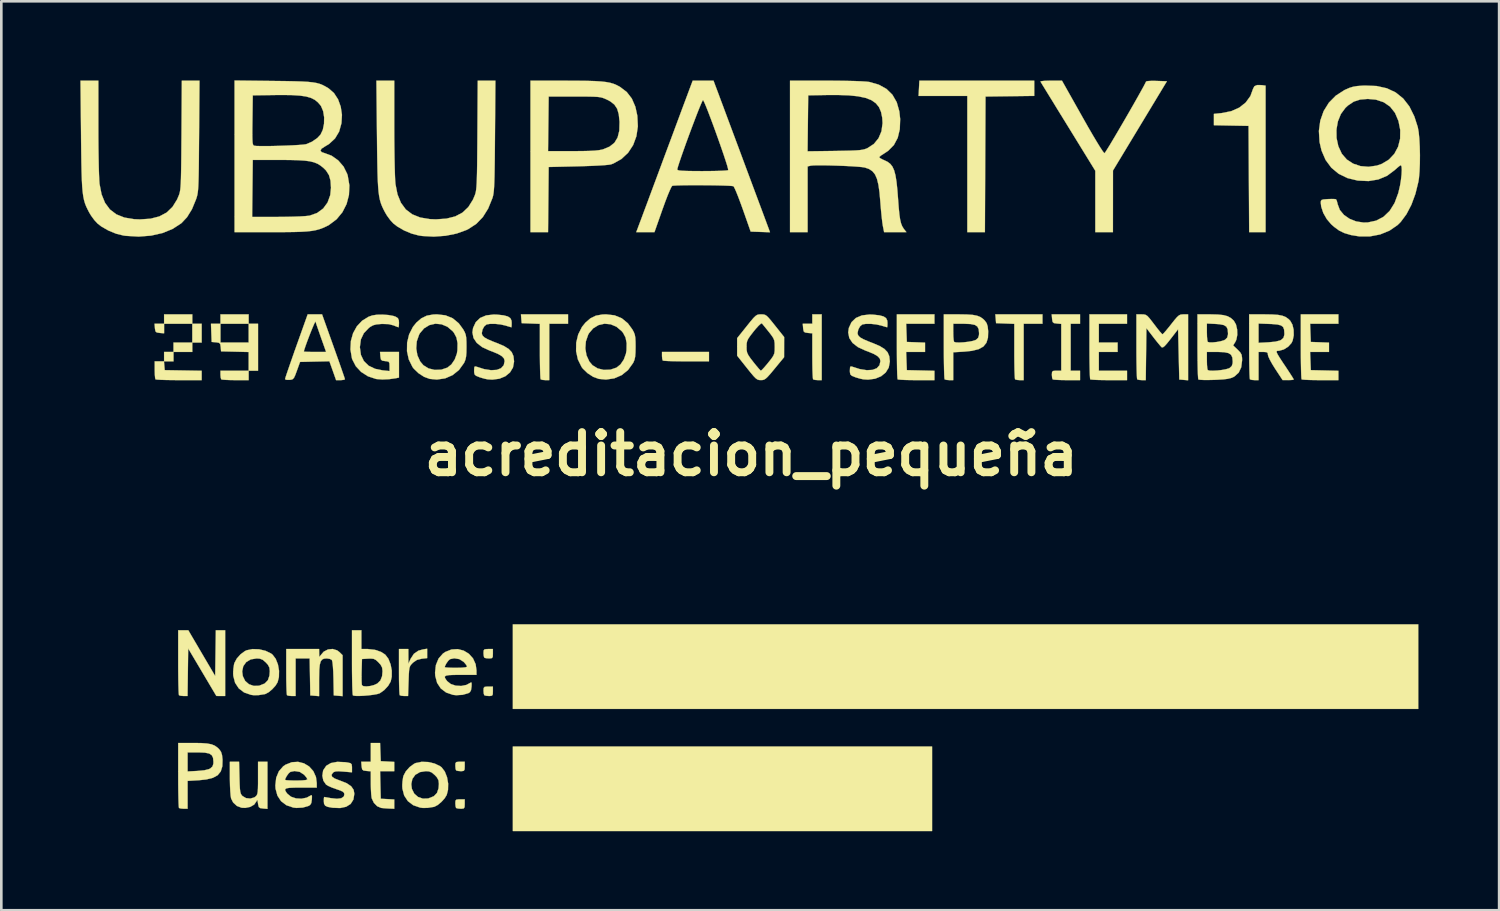
<source format=kicad_pcb>
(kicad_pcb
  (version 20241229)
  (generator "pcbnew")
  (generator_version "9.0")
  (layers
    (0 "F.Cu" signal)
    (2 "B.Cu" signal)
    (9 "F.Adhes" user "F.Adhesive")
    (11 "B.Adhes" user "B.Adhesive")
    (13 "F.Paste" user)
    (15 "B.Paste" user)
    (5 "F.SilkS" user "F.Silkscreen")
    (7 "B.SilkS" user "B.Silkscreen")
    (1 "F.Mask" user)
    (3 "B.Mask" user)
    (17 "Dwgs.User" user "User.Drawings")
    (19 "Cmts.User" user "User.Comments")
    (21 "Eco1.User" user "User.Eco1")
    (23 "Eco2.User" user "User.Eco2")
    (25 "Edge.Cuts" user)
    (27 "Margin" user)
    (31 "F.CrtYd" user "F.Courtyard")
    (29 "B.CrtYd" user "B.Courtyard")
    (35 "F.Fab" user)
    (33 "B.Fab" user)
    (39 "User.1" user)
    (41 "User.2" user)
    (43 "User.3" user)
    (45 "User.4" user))
  (footprint "acreditacion_pequeña"
    (layer "F.Cu")
    (at 25.458 14.182)
    (property "Reference" "acreditacion_pequeña" (at 0 0 0) (layer "F.SilkS") (effects (font (size 1.524 1.524) (thickness 0.3))))
    (attr through_hole)
    (fp_poly (pts (xy -22.281 -5.303) (xy -21.211 -5.303) (xy -21.211 -4.946) (xy -22.281 -4.946) (xy -22.281 -5.303)) (stroke (width 0.01) (type solid)) (fill yes) (layer "F.SilkS"))
    (fp_poly (pts (xy -21.924 -4.233) (xy -21.211 -4.233) (xy -21.211 -3.877) (xy -21.924 -3.877) (xy -21.924 -4.233)) (stroke (width 0.01) (type solid)) (fill yes) (layer "F.SilkS"))
    (fp_poly (pts (xy -21.924 -3.52) (xy -22.281 -3.52) (xy -22.281 -3.877) (xy -21.924 -3.877) (xy -21.924 -3.52)) (stroke (width 0.01) (type solid)) (fill yes) (layer "F.SilkS"))
    (fp_poly (pts (xy -21.211 -4.946) (xy -20.855 -4.946) (xy -20.855 -4.233) (xy -21.211 -4.233) (xy -21.211 -4.946)) (stroke (width 0.01) (type solid)) (fill yes) (layer "F.SilkS"))
    (fp_poly (pts (xy -20.142 -5.303) (xy -19.072 -5.303) (xy -19.072 -4.946) (xy -20.142 -4.946) (xy -20.142 -5.303)) (stroke (width 0.01) (type solid)) (fill yes) (layer "F.SilkS"))
    (fp_poly (pts (xy 6.862 14.304) (xy -9.046 14.304) (xy -9.046 11.096) (xy 6.862 11.096) (xy 6.862 14.304)) (stroke (width 0.01) (type solid)) (fill yes) (layer "F.SilkS"))
    (fp_poly (pts (xy 25.311 9.67) (xy -9.046 9.67) (xy -9.046 6.461) (xy 25.311 6.461) (xy 25.311 9.67)) (stroke (width 0.01) (type solid)) (fill yes) (layer "F.SilkS"))
    (fp_poly (pts (xy -22.281 -4.584) (xy -22.448 -4.598) (xy -22.558 -4.615) (xy -22.608 -4.658) (xy -22.627 -4.756) (xy -22.629 -4.779) (xy -22.643 -4.946) (xy -22.281 -4.946) (xy -22.281 -4.584)) (stroke (width 0.01) (type solid)) (fill yes) (layer "F.SilkS"))
    (fp_poly (pts (xy -19.072 -2.807) (xy -19.577 -2.807) (xy -19.781 -2.81) (xy -19.951 -2.817) (xy -20.068 -2.826) (xy -20.112 -2.837) (xy -20.132 -2.898) (xy -20.142 -3.006) (xy -20.142 -3.015) (xy -20.142 -3.164) (xy -19.072 -3.164) (xy -19.072 -2.807)) (stroke (width 0.01) (type solid)) (fill yes) (layer "F.SilkS"))
    (fp_poly (pts (xy 10.739 -13.593) (xy 9.815 -13.581) (xy 8.89 -13.569) (xy 8.878 -10.996) (xy 8.867 -8.422) (xy 8.199 -8.422) (xy 8.199 -13.591) (xy 7.275 -13.591) (xy 6.35 -13.591) (xy 6.365 -13.881) (xy 6.38 -14.171) (xy 10.739 -14.171) (xy 10.739 -13.593)) (stroke (width 0.01) (type solid)) (fill yes) (layer "F.SilkS"))
    (fp_poly (pts (xy -1.604 -3.52) (xy -2.466 -3.52) (xy -2.734 -3.522) (xy -2.972 -3.526) (xy -3.164 -3.532) (xy -3.297 -3.54) (xy -3.356 -3.549) (xy -3.357 -3.55) (xy -3.377 -3.611) (xy -3.387 -3.719) (xy -3.387 -3.728) (xy -3.387 -3.877) (xy -1.604 -3.877) (xy -1.604 -3.52)) (stroke (width 0.01) (type solid)) (fill yes) (layer "F.SilkS"))
    (fp_poly (pts (xy -10.873 11.853) (xy -10.878 11.967) (xy -10.907 12.018) (xy -10.981 12.031) (xy -11.022 12.032) (xy -11.132 12.023) (xy -11.198 12.004) (xy -11.2 12.002) (xy -11.22 11.941) (xy -11.229 11.832) (xy -11.229 11.824) (xy -11.224 11.728) (xy -11.189 11.686) (xy -11.1 11.675) (xy -11.051 11.675) (xy -10.873 11.675) (xy -10.873 11.853)) (stroke (width 0.01) (type solid)) (fill yes) (layer "F.SilkS"))
    (fp_poly (pts (xy -10.873 13.279) (xy -10.878 13.393) (xy -10.907 13.444) (xy -10.981 13.457) (xy -11.022 13.458) (xy -11.132 13.449) (xy -11.198 13.43) (xy -11.2 13.428) (xy -11.22 13.367) (xy -11.229 13.258) (xy -11.229 13.25) (xy -11.224 13.154) (xy -11.189 13.112) (xy -11.1 13.101) (xy -11.051 13.101) (xy -10.873 13.101) (xy -10.873 13.279)) (stroke (width 0.01) (type solid)) (fill yes) (layer "F.SilkS"))
    (fp_poly (pts (xy -9.804 7.575) (xy -9.808 7.69) (xy -9.837 7.74) (xy -9.912 7.753) (xy -9.952 7.754) (xy -10.062 7.746) (xy -10.128 7.726) (xy -10.13 7.724) (xy -10.151 7.663) (xy -10.16 7.555) (xy -10.16 7.546) (xy -10.154 7.451) (xy -10.119 7.408) (xy -10.03 7.398) (xy -9.982 7.397) (xy -9.804 7.397) (xy -9.804 7.575)) (stroke (width 0.01) (type solid)) (fill yes) (layer "F.SilkS"))
    (fp_poly (pts (xy -9.804 9.001) (xy -9.808 9.116) (xy -9.837 9.166) (xy -9.912 9.179) (xy -9.952 9.18) (xy -10.062 9.171) (xy -10.128 9.152) (xy -10.13 9.15) (xy -10.151 9.089) (xy -10.16 8.981) (xy -10.16 8.972) (xy -10.154 8.877) (xy -10.119 8.834) (xy -10.03 8.823) (xy -9.982 8.823) (xy -9.804 8.823) (xy -9.804 9.001)) (stroke (width 0.01) (type solid)) (fill yes) (layer "F.SilkS"))
    (fp_poly (pts (xy -22.272 -3.353) (xy -22.258 -3.186) (xy -20.855 -3.162) (xy -20.855 -2.807) (xy -21.716 -2.807) (xy -21.985 -2.809) (xy -22.222 -2.813) (xy -22.414 -2.819) (xy -22.547 -2.827) (xy -22.606 -2.836) (xy -22.607 -2.837) (xy -22.622 -2.893) (xy -22.633 -3.014) (xy -22.637 -3.174) (xy -22.637 -3.194) (xy -22.637 -3.52) (xy -22.286 -3.52) (xy -22.272 -3.353)) (stroke (width 0.01) (type solid)) (fill yes) (layer "F.SilkS"))
    (fp_poly (pts (xy -19.072 -3.874) (xy -19.596 -3.887) (xy -20.119 -3.899) (xy -20.133 -4.064) (xy -20.15 -4.173) (xy -20.194 -4.222) (xy -20.295 -4.241) (xy -20.311 -4.242) (xy -20.476 -4.256) (xy -20.489 -4.601) (xy -20.502 -4.946) (xy -20.142 -4.946) (xy -20.142 -4.233) (xy -19.072 -4.233) (xy -19.072 -4.946) (xy -18.716 -4.946) (xy -18.716 -3.164) (xy -19.072 -3.164) (xy -19.072 -3.874)) (stroke (width 0.01) (type solid)) (fill yes) (layer "F.SilkS"))
    (fp_poly (pts (xy 11.051 -4.946) (xy 10.338 -4.946) (xy 10.338 -2.807) (xy 10.19 -2.807) (xy 10.08 -2.816) (xy 10.013 -2.835) (xy 10.011 -2.837) (xy 10.003 -2.888) (xy 9.996 -3.016) (xy 9.989 -3.207) (xy 9.985 -3.448) (xy 9.982 -3.727) (xy 9.982 -3.905) (xy 9.982 -4.943) (xy 9.291 -4.969) (xy 9.277 -5.136) (xy 9.263 -5.303) (xy 11.051 -5.303) (xy 11.051 -4.946)) (stroke (width 0.01) (type solid)) (fill yes) (layer "F.SilkS"))
    (fp_poly (pts (xy 19.368 -14.002) (xy 19.395 -13.999) (xy 19.518 -13.982) (xy 19.518 -8.422) (xy 18.895 -8.422) (xy 18.883 -10.439) (xy 18.872 -12.455) (xy 18.214 -12.467) (xy 17.557 -12.48) (xy 17.557 -12.91) (xy 17.853 -12.941) (xy 18.214 -13.013) (xy 18.519 -13.148) (xy 18.763 -13.341) (xy 18.942 -13.588) (xy 19.044 -13.867) (xy 19.095 -13.961) (xy 19.199 -14.005) (xy 19.368 -14.002)) (stroke (width 0.01) (type solid)) (fill yes) (layer "F.SilkS"))
    (fp_poly (pts (xy -6.952 -4.946) (xy -7.665 -4.946) (xy -7.665 -2.807) (xy -7.813 -2.807) (xy -7.923 -2.816) (xy -7.989 -2.835) (xy -7.991 -2.837) (xy -8 -2.888) (xy -8.007 -3.016) (xy -8.013 -3.207) (xy -8.018 -3.448) (xy -8.021 -3.727) (xy -8.021 -3.905) (xy -8.021 -4.943) (xy -8.366 -4.956) (xy -8.712 -4.969) (xy -8.726 -5.136) (xy -8.739 -5.303) (xy -6.952 -5.303) (xy -6.952 -4.946)) (stroke (width 0.01) (type solid)) (fill yes) (layer "F.SilkS"))
    (fp_poly (pts (xy 2.674 -2.807) (xy 2.525 -2.807) (xy 2.415 -2.816) (xy 2.349 -2.835) (xy 2.347 -2.837) (xy 2.338 -2.889) (xy 2.33 -3.016) (xy 2.323 -3.203) (xy 2.319 -3.437) (xy 2.317 -3.703) (xy 2.317 -3.726) (xy 2.317 -4.584) (xy 2.15 -4.598) (xy 2.04 -4.615) (xy 1.99 -4.658) (xy 1.971 -4.756) (xy 1.969 -4.779) (xy 1.955 -4.946) (xy 2.317 -4.946) (xy 2.317 -5.303) (xy 2.674 -5.303) (xy 2.674 -2.807)) (stroke (width 0.01) (type solid)) (fill yes) (layer "F.SilkS"))
    (fp_poly (pts (xy -20.853 7.553) (xy -20.342 8.422) (xy -20.33 7.553) (xy -20.318 6.684) (xy -19.964 6.684) (xy -19.964 9.18) (xy -20.131 9.179) (xy -20.298 9.178) (xy -21.367 7.375) (xy -21.379 8.277) (xy -21.391 9.18) (xy -21.539 9.18) (xy -21.649 9.171) (xy -21.714 9.152) (xy -21.716 9.15) (xy -21.724 9.099) (xy -21.731 8.971) (xy -21.737 8.778) (xy -21.742 8.53) (xy -21.745 8.241) (xy -21.746 7.921) (xy -21.746 7.902) (xy -21.746 6.684) (xy -21.363 6.684) (xy -20.853 7.553)) (stroke (width 0.01) (type solid)) (fill yes) (layer "F.SilkS"))
    (fp_poly (pts (xy 14.26 -4.946) (xy 13.19 -4.946) (xy 13.19 -4.233) (xy 13.903 -4.233) (xy 13.903 -3.877) (xy 13.19 -3.877) (xy 13.19 -3.164) (xy 14.26 -3.164) (xy 14.26 -2.807) (xy 13.576 -2.807) (xy 13.338 -2.809) (xy 13.132 -2.814) (xy 12.974 -2.822) (xy 12.881 -2.831) (xy 12.863 -2.837) (xy 12.856 -2.888) (xy 12.849 -3.016) (xy 12.843 -3.209) (xy 12.838 -3.457) (xy 12.835 -3.746) (xy 12.834 -4.066) (xy 12.834 -4.085) (xy 12.834 -5.303) (xy 14.26 -5.303) (xy 14.26 -4.946)) (stroke (width 0.01) (type solid)) (fill yes) (layer "F.SilkS"))
    (fp_poly (pts (xy 6.952 -4.946) (xy 5.878 -4.946) (xy 5.891 -4.601) (xy 5.904 -4.256) (xy 6.595 -4.23) (xy 6.595 -3.877) (xy 5.878 -3.877) (xy 5.904 -3.186) (xy 6.428 -3.174) (xy 6.952 -3.161) (xy 6.952 -2.807) (xy 6.268 -2.807) (xy 6.03 -2.809) (xy 5.824 -2.814) (xy 5.666 -2.822) (xy 5.573 -2.831) (xy 5.555 -2.837) (xy 5.548 -2.888) (xy 5.54 -3.016) (xy 5.534 -3.209) (xy 5.53 -3.457) (xy 5.527 -3.746) (xy 5.526 -4.066) (xy 5.526 -4.085) (xy 5.526 -5.303) (xy 6.952 -5.303) (xy 6.952 -4.946)) (stroke (width 0.01) (type solid)) (fill yes) (layer "F.SilkS"))
    (fp_poly (pts (xy 12.477 -4.946) (xy 12.121 -4.946) (xy 12.121 -3.164) (xy 12.477 -3.164) (xy 12.477 -2.807) (xy 11.972 -2.807) (xy 11.768 -2.81) (xy 11.598 -2.817) (xy 11.481 -2.826) (xy 11.437 -2.837) (xy 11.417 -2.898) (xy 11.408 -3.006) (xy 11.408 -3.015) (xy 11.414 -3.11) (xy 11.448 -3.153) (xy 11.538 -3.164) (xy 11.586 -3.164) (xy 11.764 -3.164) (xy 11.764 -4.941) (xy 11.597 -4.955) (xy 11.487 -4.971) (xy 11.437 -5.014) (xy 11.418 -5.113) (xy 11.416 -5.136) (xy 11.402 -5.303) (xy 12.477 -5.303) (xy 12.477 -4.946)) (stroke (width 0.01) (type solid)) (fill yes) (layer "F.SilkS"))
    (fp_poly (pts (xy 22.281 -4.946) (xy 21.207 -4.946) (xy 21.22 -4.601) (xy 21.234 -4.256) (xy 21.924 -4.23) (xy 21.924 -3.877) (xy 21.207 -3.877) (xy 21.234 -3.186) (xy 21.757 -3.174) (xy 22.281 -3.161) (xy 22.281 -2.807) (xy 21.597 -2.807) (xy 21.359 -2.809) (xy 21.153 -2.814) (xy 20.995 -2.822) (xy 20.902 -2.831) (xy 20.884 -2.837) (xy 20.877 -2.888) (xy 20.87 -3.016) (xy 20.864 -3.209) (xy 20.859 -3.457) (xy 20.856 -3.746) (xy 20.855 -4.066) (xy 20.855 -4.085) (xy 20.855 -5.303) (xy 22.281 -5.303) (xy 22.281 -4.946)) (stroke (width 0.01) (type solid)) (fill yes) (layer "F.SilkS"))
    (fp_poly (pts (xy -12.299 7.742) (xy -12.505 7.765) (xy -12.687 7.81) (xy -12.832 7.91) (xy -12.848 7.926) (xy -12.905 7.986) (xy -12.944 8.042) (xy -12.97 8.114) (xy -12.985 8.219) (xy -12.995 8.375) (xy -13.003 8.601) (xy -13.004 8.621) (xy -13.023 9.18) (xy -13.166 9.18) (xy -13.274 9.171) (xy -13.338 9.151) (xy -13.339 9.15) (xy -13.348 9.098) (xy -13.356 8.971) (xy -13.362 8.784) (xy -13.367 8.55) (xy -13.368 8.284) (xy -13.368 8.259) (xy -13.368 7.397) (xy -13.012 7.397) (xy -13.01 7.954) (xy -12.926 7.768) (xy -12.802 7.578) (xy -12.632 7.46) (xy -12.46 7.412) (xy -12.299 7.386) (xy -12.299 7.742)) (stroke (width 0.01) (type solid)) (fill yes) (layer "F.SilkS"))
    (fp_poly (pts (xy -14.072 11.307) (xy -14.059 11.653) (xy -13.803 11.666) (xy -13.547 11.68) (xy -13.547 12.032) (xy -14.084 12.032) (xy -14.072 12.555) (xy -14.059 13.079) (xy -13.803 13.092) (xy -13.547 13.106) (xy -13.547 13.458) (xy -13.736 13.451) (xy -13.888 13.442) (xy -14.023 13.429) (xy -14.045 13.426) (xy -14.195 13.362) (xy -14.321 13.233) (xy -14.4 13.066) (xy -14.409 13.023) (xy -14.422 12.902) (xy -14.432 12.723) (xy -14.437 12.52) (xy -14.437 12.446) (xy -14.438 12.037) (xy -14.605 12.023) (xy -14.715 12.007) (xy -14.765 11.964) (xy -14.784 11.865) (xy -14.786 11.842) (xy -14.8 11.675) (xy -14.438 11.675) (xy -14.438 10.962) (xy -14.085 10.962) (xy -14.072 11.307)) (stroke (width 0.01) (type solid)) (fill yes) (layer "F.SilkS"))
    (fp_poly (pts (xy -19.421 12.276) (xy -19.414 12.521) (xy -19.405 12.693) (xy -19.391 12.809) (xy -19.37 12.886) (xy -19.339 12.939) (xy -19.307 12.975) (xy -19.172 13.054) (xy -19.01 13.072) (xy -18.858 13.028) (xy -18.807 12.992) (xy -18.77 12.952) (xy -18.745 12.899) (xy -18.729 12.818) (xy -18.72 12.692) (xy -18.716 12.506) (xy -18.716 12.292) (xy -18.716 11.675) (xy -18.359 11.675) (xy -18.359 13.463) (xy -18.526 13.449) (xy -18.635 13.433) (xy -18.687 13.392) (xy -18.712 13.296) (xy -18.717 13.257) (xy -18.734 13.152) (xy -18.751 13.127) (xy -18.774 13.173) (xy -18.775 13.175) (xy -18.862 13.3) (xy -19.011 13.387) (xy -19.198 13.426) (xy -19.339 13.42) (xy -19.518 13.352) (xy -19.662 13.219) (xy -19.739 13.066) (xy -19.756 12.96) (xy -19.77 12.787) (xy -19.78 12.57) (xy -19.785 12.331) (xy -19.785 12.288) (xy -19.785 11.675) (xy -19.436 11.675) (xy -19.421 12.276)) (stroke (width 0.01) (type solid)) (fill yes) (layer "F.SilkS"))
    (fp_poly (pts (xy 12.569 -12.789) (xy 12.779 -12.418) (xy 12.965 -12.098) (xy 13.123 -11.833) (xy 13.249 -11.629) (xy 13.341 -11.491) (xy 13.395 -11.425) (xy 13.406 -11.419) (xy 13.436 -11.458) (xy 13.504 -11.564) (xy 13.604 -11.725) (xy 13.728 -11.933) (xy 13.871 -12.175) (xy 14.027 -12.441) (xy 14.19 -12.72) (xy 14.352 -13.001) (xy 14.509 -13.275) (xy 14.653 -13.529) (xy 14.779 -13.754) (xy 14.881 -13.938) (xy 14.951 -14.072) (xy 14.983 -14.139) (xy 15.03 -14.153) (xy 15.146 -14.162) (xy 15.308 -14.163) (xy 15.385 -14.161) (xy 15.773 -14.148) (xy 13.727 -10.762) (xy 13.725 -8.422) (xy 13.056 -8.422) (xy 13.056 -10.752) (xy 12.025 -12.428) (xy 11.809 -12.778) (xy 11.608 -13.104) (xy 11.427 -13.4) (xy 11.269 -13.656) (xy 11.14 -13.866) (xy 11.045 -14.021) (xy 10.989 -14.114) (xy 10.975 -14.137) (xy 11.008 -14.151) (xy 11.112 -14.163) (xy 11.268 -14.169) (xy 11.374 -14.171) (xy 11.791 -14.171) (xy 12.569 -12.789)) (stroke (width 0.01) (type solid)) (fill yes) (layer "F.SilkS"))
    (fp_poly (pts (xy -15.715 7.447) (xy -15.625 7.515) (xy -15.507 7.632) (xy -15.507 9.185) (xy -15.674 9.171) (xy -15.842 9.157) (xy -15.854 8.514) (xy -15.862 8.255) (xy -15.876 8.043) (xy -15.893 7.892) (xy -15.913 7.816) (xy -15.915 7.812) (xy -15.991 7.772) (xy -16.107 7.754) (xy -16.112 7.754) (xy -16.214 7.763) (xy -16.289 7.799) (xy -16.341 7.874) (xy -16.374 7.998) (xy -16.392 8.184) (xy -16.398 8.443) (xy -16.399 8.568) (xy -16.399 9.185) (xy -16.566 9.171) (xy -16.733 9.157) (xy -16.757 7.754) (xy -17.29 7.754) (xy -17.29 9.18) (xy -17.438 9.18) (xy -17.548 9.171) (xy -17.615 9.152) (xy -17.617 9.15) (xy -17.626 9.098) (xy -17.634 8.971) (xy -17.64 8.784) (xy -17.645 8.55) (xy -17.646 8.284) (xy -17.646 8.259) (xy -17.646 7.397) (xy -16.399 7.397) (xy -16.397 7.564) (xy -16.393 7.666) (xy -16.379 7.689) (xy -16.348 7.645) (xy -16.347 7.642) (xy -16.224 7.497) (xy -16.061 7.413) (xy -15.884 7.395) (xy -15.715 7.447)) (stroke (width 0.01) (type solid)) (fill yes) (layer "F.SilkS"))
    (fp_poly (pts (xy -20.872 10.966) (xy -20.65 10.982) (xy -20.484 11.013) (xy -20.358 11.064) (xy -20.253 11.139) (xy -20.188 11.203) (xy -20.121 11.297) (xy -20.083 11.417) (xy -20.064 11.592) (xy -20.063 11.599) (xy -20.071 11.847) (xy -20.13 12.04) (xy -20.246 12.184) (xy -20.428 12.284) (xy -20.683 12.347) (xy -20.964 12.376) (xy -21.389 12.401) (xy -21.389 13.458) (xy -21.538 13.458) (xy -21.648 13.449) (xy -21.714 13.43) (xy -21.716 13.428) (xy -21.724 13.377) (xy -21.731 13.249) (xy -21.737 13.056) (xy -21.742 12.808) (xy -21.745 12.519) (xy -21.746 12.199) (xy -21.746 12.18) (xy -21.746 11.319) (xy -21.389 11.319) (xy -21.389 12.043) (xy -21.015 12.023) (xy -20.753 11.998) (xy -20.577 11.954) (xy -20.525 11.927) (xy -20.445 11.853) (xy -20.412 11.751) (xy -20.409 11.674) (xy -20.423 11.526) (xy -20.473 11.425) (xy -20.572 11.361) (xy -20.733 11.329) (xy -20.968 11.319) (xy -20.988 11.319) (xy -21.389 11.319) (xy -21.746 11.319) (xy -21.746 10.962) (xy -21.165 10.962) (xy -20.872 10.966)) (stroke (width 0.01) (type solid)) (fill yes) (layer "F.SilkS"))
    (fp_poly (pts (xy 14.899 -5.3) (xy 14.967 -5.284) (xy 15.032 -5.242) (xy 15.108 -5.16) (xy 15.213 -5.027) (xy 15.29 -4.925) (xy 15.409 -4.77) (xy 15.51 -4.645) (xy 15.58 -4.567) (xy 15.605 -4.546) (xy 15.644 -4.579) (xy 15.724 -4.668) (xy 15.832 -4.799) (xy 15.932 -4.924) (xy 16.065 -5.092) (xy 16.159 -5.201) (xy 16.231 -5.264) (xy 16.296 -5.294) (xy 16.369 -5.302) (xy 16.402 -5.303) (xy 16.577 -5.303) (xy 16.577 -2.802) (xy 16.41 -2.816) (xy 16.243 -2.83) (xy 16.198 -4.738) (xy 15.915 -4.372) (xy 15.782 -4.205) (xy 15.689 -4.101) (xy 15.626 -4.053) (xy 15.583 -4.05) (xy 15.571 -4.057) (xy 15.519 -4.114) (xy 15.428 -4.223) (xy 15.314 -4.365) (xy 15.253 -4.445) (xy 14.995 -4.781) (xy 14.983 -3.794) (xy 14.971 -2.807) (xy 14.823 -2.807) (xy 14.713 -2.816) (xy 14.648 -2.835) (xy 14.646 -2.837) (xy 14.638 -2.888) (xy 14.631 -3.016) (xy 14.625 -3.209) (xy 14.62 -3.457) (xy 14.617 -3.746) (xy 14.616 -4.066) (xy 14.616 -4.085) (xy 14.616 -5.303) (xy 14.811 -5.303) (xy 14.899 -5.3)) (stroke (width 0.01) (type solid)) (fill yes) (layer "F.SilkS"))
    (fp_poly (pts (xy -18.676 7.407) (xy -18.431 7.465) (xy -18.224 7.565) (xy -18.165 7.611) (xy -18.045 7.769) (xy -17.961 7.983) (xy -17.919 8.223) (xy -17.924 8.463) (xy -17.974 8.658) (xy -18.055 8.789) (xy -18.178 8.924) (xy -18.315 9.038) (xy -18.441 9.104) (xy -18.46 9.109) (xy -18.692 9.146) (xy -18.875 9.15) (xy -18.983 9.136) (xy -19.244 9.046) (xy -19.447 8.891) (xy -19.587 8.678) (xy -19.655 8.418) (xy -19.661 8.319) (xy -19.657 8.244) (xy -19.318 8.244) (xy -19.294 8.425) (xy -19.205 8.607) (xy -19.06 8.733) (xy -18.878 8.796) (xy -18.677 8.79) (xy -18.475 8.71) (xy -18.456 8.698) (xy -18.342 8.58) (xy -18.283 8.405) (xy -18.27 8.237) (xy -18.285 8.102) (xy -18.343 7.992) (xy -18.422 7.905) (xy -18.536 7.807) (xy -18.645 7.763) (xy -18.767 7.754) (xy -18.992 7.79) (xy -19.164 7.892) (xy -19.276 8.047) (xy -19.318 8.244) (xy -19.657 8.244) (xy -19.652 8.147) (xy -19.628 7.985) (xy -19.612 7.925) (xy -19.523 7.759) (xy -19.38 7.598) (xy -19.215 7.476) (xy -19.147 7.444) (xy -18.925 7.399) (xy -18.676 7.407)) (stroke (width 0.01) (type solid)) (fill yes) (layer "F.SilkS"))
    (fp_poly (pts (xy -12.259 11.685) (xy -12.014 11.743) (xy -11.807 11.843) (xy -11.748 11.888) (xy -11.628 12.047) (xy -11.544 12.261) (xy -11.502 12.501) (xy -11.507 12.741) (xy -11.557 12.936) (xy -11.638 13.067) (xy -11.761 13.202) (xy -11.899 13.316) (xy -12.024 13.382) (xy -12.044 13.387) (xy -12.275 13.424) (xy -12.458 13.428) (xy -12.566 13.414) (xy -12.827 13.324) (xy -13.031 13.168) (xy -13.17 12.956) (xy -13.238 12.696) (xy -13.244 12.597) (xy -13.24 12.522) (xy -12.901 12.522) (xy -12.878 12.703) (xy -12.788 12.885) (xy -12.643 13.011) (xy -12.461 13.074) (xy -12.26 13.068) (xy -12.059 12.988) (xy -12.039 12.976) (xy -11.926 12.858) (xy -11.866 12.683) (xy -11.853 12.514) (xy -11.868 12.38) (xy -11.926 12.27) (xy -12.005 12.183) (xy -12.12 12.085) (xy -12.228 12.041) (xy -12.35 12.032) (xy -12.575 12.068) (xy -12.748 12.17) (xy -12.859 12.325) (xy -12.901 12.522) (xy -13.24 12.522) (xy -13.235 12.425) (xy -13.211 12.263) (xy -13.195 12.203) (xy -13.106 12.036) (xy -12.963 11.876) (xy -12.798 11.754) (xy -12.731 11.722) (xy -12.508 11.677) (xy -12.259 11.685)) (stroke (width 0.01) (type solid)) (fill yes) (layer "F.SilkS"))
    (fp_poly (pts (xy -15.406 11.691) (xy -15.318 11.704) (xy -15.209 11.728) (xy -15.162 11.774) (xy -15.151 11.87) (xy -15.151 11.903) (xy -15.151 12.075) (xy -15.476 12.048) (xy -15.655 12.036) (xy -15.768 12.041) (xy -15.839 12.065) (xy -15.875 12.094) (xy -15.927 12.173) (xy -15.906 12.243) (xy -15.809 12.31) (xy -15.629 12.381) (xy -15.604 12.389) (xy -15.352 12.489) (xy -15.183 12.604) (xy -15.088 12.741) (xy -15.062 12.889) (xy -15.097 13.108) (xy -15.201 13.274) (xy -15.371 13.382) (xy -15.602 13.431) (xy -15.891 13.42) (xy -15.908 13.417) (xy -16.074 13.386) (xy -16.168 13.342) (xy -16.211 13.27) (xy -16.22 13.165) (xy -16.217 13.063) (xy -16.208 13.013) (xy -16.206 13.012) (xy -16.158 13.019) (xy -16.05 13.038) (xy -15.95 13.056) (xy -15.723 13.08) (xy -15.559 13.06) (xy -15.463 12.996) (xy -15.441 12.92) (xy -15.451 12.86) (xy -15.494 12.813) (xy -15.587 12.768) (xy -15.747 12.713) (xy -15.912 12.654) (xy -16.052 12.591) (xy -16.136 12.54) (xy -16.136 12.539) (xy -16.238 12.392) (xy -16.276 12.206) (xy -16.247 12.011) (xy -16.238 11.99) (xy -16.128 11.828) (xy -15.952 11.724) (xy -15.71 11.678) (xy -15.406 11.691)) (stroke (width 0.01) (type solid)) (fill yes) (layer "F.SilkS"))
    (fp_poly (pts (xy -14.794 7.397) (xy -14.548 7.397) (xy -14.281 7.427) (xy -14.044 7.508) (xy -13.887 7.611) (xy -13.77 7.766) (xy -13.686 7.977) (xy -13.641 8.215) (xy -13.642 8.451) (xy -13.683 8.631) (xy -13.779 8.795) (xy -13.927 8.955) (xy -14.096 9.075) (xy -14.099 9.077) (xy -14.193 9.106) (xy -14.342 9.133) (xy -14.523 9.155) (xy -14.714 9.171) (xy -14.89 9.178) (xy -15.03 9.175) (xy -15.11 9.16) (xy -15.117 9.155) (xy -15.126 9.103) (xy -15.134 8.974) (xy -15.141 8.779) (xy -15.146 8.531) (xy -15.147 8.441) (xy -14.788 8.441) (xy -14.786 8.611) (xy -14.78 8.73) (xy -14.773 8.771) (xy -14.716 8.807) (xy -14.602 8.816) (xy -14.459 8.801) (xy -14.313 8.763) (xy -14.193 8.708) (xy -14.191 8.706) (xy -14.072 8.59) (xy -14.008 8.425) (xy -13.992 8.237) (xy -14.007 8.104) (xy -14.063 7.995) (xy -14.146 7.903) (xy -14.246 7.812) (xy -14.332 7.769) (xy -14.445 7.759) (xy -14.536 7.762) (xy -14.772 7.776) (xy -14.785 8.241) (xy -14.788 8.441) (xy -15.147 8.441) (xy -15.15 8.24) (xy -15.151 7.921) (xy -15.151 7.902) (xy -15.151 6.684) (xy -14.794 6.684) (xy -14.794 7.397)) (stroke (width 0.01) (type solid)) (fill yes) (layer "F.SilkS"))
    (fp_poly (pts (xy 8.182 -5.298) (xy 8.404 -5.283) (xy 8.57 -5.251) (xy 8.697 -5.201) (xy 8.801 -5.126) (xy 8.866 -5.062) (xy 8.933 -4.967) (xy 8.971 -4.848) (xy 8.99 -4.673) (xy 8.991 -4.666) (xy 8.983 -4.418) (xy 8.924 -4.225) (xy 8.808 -4.081) (xy 8.626 -3.981) (xy 8.371 -3.918) (xy 8.09 -3.889) (xy 7.665 -3.864) (xy 7.665 -2.807) (xy 7.516 -2.807) (xy 7.406 -2.816) (xy 7.34 -2.835) (xy 7.338 -2.837) (xy 7.33 -2.888) (xy 7.323 -3.016) (xy 7.317 -3.209) (xy 7.312 -3.457) (xy 7.309 -3.746) (xy 7.308 -4.066) (xy 7.308 -4.085) (xy 7.308 -4.946) (xy 7.665 -4.946) (xy 7.665 -4.62) (xy 7.669 -4.456) (xy 7.68 -4.328) (xy 7.696 -4.261) (xy 7.698 -4.258) (xy 7.766 -4.238) (xy 7.895 -4.233) (xy 8.06 -4.242) (xy 8.233 -4.262) (xy 8.39 -4.29) (xy 8.504 -4.325) (xy 8.53 -4.338) (xy 8.61 -4.412) (xy 8.642 -4.515) (xy 8.645 -4.591) (xy 8.631 -4.739) (xy 8.581 -4.84) (xy 8.482 -4.904) (xy 8.321 -4.936) (xy 8.086 -4.946) (xy 8.066 -4.946) (xy 7.665 -4.946) (xy 7.308 -4.946) (xy 7.308 -5.303) (xy 7.889 -5.303) (xy 8.182 -5.298)) (stroke (width 0.01) (type solid)) (fill yes) (layer "F.SilkS"))
    (fp_poly (pts (xy -15.853 -4.087) (xy -15.742 -3.775) (xy -15.641 -3.491) (xy -15.555 -3.245) (xy -15.487 -3.048) (xy -15.44 -2.91) (xy -15.419 -2.843) (xy -15.418 -2.839) (xy -15.458 -2.819) (xy -15.555 -2.808) (xy -15.586 -2.807) (xy -15.754 -2.807) (xy -15.881 -3.165) (xy -16.008 -3.523) (xy -16.565 -3.511) (xy -17.122 -3.498) (xy -17.242 -3.164) (xy -17.304 -2.997) (xy -17.351 -2.897) (xy -17.398 -2.845) (xy -17.459 -2.823) (xy -17.527 -2.816) (xy -17.633 -2.818) (xy -17.689 -2.84) (xy -17.691 -2.847) (xy -17.676 -2.9) (xy -17.636 -3.025) (xy -17.572 -3.212) (xy -17.49 -3.449) (xy -17.393 -3.727) (xy -17.335 -3.892) (xy -16.978 -3.892) (xy -16.937 -3.885) (xy -16.825 -3.88) (xy -16.664 -3.877) (xy -16.556 -3.877) (xy -16.133 -3.877) (xy -16.333 -4.439) (xy -16.406 -4.649) (xy -16.468 -4.827) (xy -16.512 -4.958) (xy -16.533 -5.025) (xy -16.534 -5.03) (xy -16.549 -5.016) (xy -16.588 -4.936) (xy -16.644 -4.805) (xy -16.711 -4.641) (xy -16.782 -4.46) (xy -16.851 -4.279) (xy -16.91 -4.115) (xy -16.954 -3.984) (xy -16.977 -3.904) (xy -16.978 -3.892) (xy -17.335 -3.892) (xy -17.285 -4.033) (xy -17.262 -4.098) (xy -16.832 -5.303) (xy -16.287 -5.303) (xy -15.853 -4.087)) (stroke (width 0.01) (type solid)) (fill yes) (layer "F.SilkS"))
    (fp_poly (pts (xy -16.971 11.736) (xy -16.774 11.856) (xy -16.618 12.031) (xy -16.518 12.252) (xy -16.488 12.48) (xy -16.488 12.655) (xy -17.089 12.655) (xy -17.349 12.657) (xy -17.53 12.665) (xy -17.639 12.684) (xy -17.687 12.717) (xy -17.683 12.77) (xy -17.636 12.846) (xy -17.599 12.893) (xy -17.461 13.003) (xy -17.275 13.065) (xy -17.068 13.077) (xy -16.869 13.037) (xy -16.719 12.955) (xy -16.683 12.941) (xy -16.67 12.988) (xy -16.674 13.104) (xy -16.694 13.238) (xy -16.739 13.314) (xy -16.8 13.351) (xy -17.015 13.413) (xy -17.257 13.427) (xy -17.379 13.413) (xy -17.639 13.325) (xy -17.842 13.171) (xy -17.981 12.959) (xy -18.052 12.695) (xy -18.059 12.572) (xy -18.036 12.364) (xy -17.691 12.364) (xy -17.65 12.374) (xy -17.538 12.382) (xy -17.377 12.387) (xy -17.268 12.388) (xy -17.048 12.383) (xy -16.906 12.369) (xy -16.846 12.345) (xy -16.844 12.34) (xy -16.873 12.281) (xy -16.946 12.191) (xy -16.974 12.162) (xy -17.138 12.058) (xy -17.331 12.027) (xy -17.488 12.059) (xy -17.552 12.113) (xy -17.624 12.211) (xy -17.678 12.312) (xy -17.691 12.364) (xy -18.036 12.364) (xy -18.027 12.281) (xy -17.926 12.037) (xy -17.762 11.848) (xy -17.672 11.786) (xy -17.434 11.692) (xy -17.196 11.678) (xy -16.971 11.736)) (stroke (width 0.01) (type solid)) (fill yes) (layer "F.SilkS"))
    (fp_poly (pts (xy -13.774 -5.278) (xy -13.584 -5.244) (xy -13.491 -5.212) (xy -13.408 -5.157) (xy -13.373 -5.075) (xy -13.368 -4.984) (xy -13.372 -4.875) (xy -13.382 -4.816) (xy -13.385 -4.813) (xy -13.433 -4.828) (xy -13.532 -4.867) (xy -13.573 -4.884) (xy -13.759 -4.932) (xy -14.002 -4.94) (xy -14.044 -4.938) (xy -14.223 -4.922) (xy -14.349 -4.889) (xy -14.458 -4.828) (xy -14.513 -4.786) (xy -14.702 -4.588) (xy -14.814 -4.351) (xy -14.851 -4.069) (xy -14.851 -4.049) (xy -14.812 -3.764) (xy -14.701 -3.533) (xy -14.522 -3.356) (xy -14.276 -3.237) (xy -13.993 -3.179) (xy -13.725 -3.151) (xy -13.725 -3.333) (xy -13.73 -3.449) (xy -13.76 -3.504) (xy -13.839 -3.524) (xy -13.892 -3.529) (xy -14.002 -3.545) (xy -14.052 -3.588) (xy -14.071 -3.687) (xy -14.073 -3.71) (xy -14.087 -3.877) (xy -13.368 -3.877) (xy -13.368 -2.904) (xy -13.491 -2.878) (xy -13.741 -2.843) (xy -13.996 -2.832) (xy -14.216 -2.848) (xy -14.248 -2.854) (xy -14.547 -2.953) (xy -14.804 -3.118) (xy -15.006 -3.335) (xy -15.14 -3.594) (xy -15.155 -3.642) (xy -15.21 -3.972) (xy -15.193 -4.292) (xy -15.11 -4.588) (xy -14.966 -4.849) (xy -14.767 -5.061) (xy -14.52 -5.213) (xy -14.38 -5.262) (xy -14.207 -5.289) (xy -13.993 -5.293) (xy -13.774 -5.278)) (stroke (width 0.01) (type solid)) (fill yes) (layer "F.SilkS"))
    (fp_poly (pts (xy -11.604 -5.266) (xy -11.329 -5.154) (xy -11.099 -4.964) (xy -10.929 -4.731) (xy -10.872 -4.626) (xy -10.836 -4.53) (xy -10.816 -4.416) (xy -10.808 -4.259) (xy -10.806 -4.077) (xy -10.809 -3.856) (xy -10.822 -3.699) (xy -10.847 -3.582) (xy -10.888 -3.48) (xy -10.902 -3.454) (xy -11.091 -3.192) (xy -11.333 -2.997) (xy -11.616 -2.874) (xy -11.928 -2.829) (xy -12.201 -2.854) (xy -12.415 -2.932) (xy -12.628 -3.07) (xy -12.807 -3.243) (xy -12.855 -3.306) (xy -12.996 -3.592) (xy -13.064 -3.906) (xy -13.062 -4.008) (xy -12.713 -4.008) (xy -12.668 -3.747) (xy -12.562 -3.515) (xy -12.44 -3.371) (xy -12.245 -3.251) (xy -12.01 -3.195) (xy -11.763 -3.204) (xy -11.53 -3.282) (xy -11.378 -3.404) (xy -11.253 -3.589) (xy -11.171 -3.81) (xy -11.15 -3.944) (xy -11.145 -4.212) (xy -11.187 -4.423) (xy -11.279 -4.599) (xy -11.331 -4.664) (xy -11.531 -4.833) (xy -11.755 -4.927) (xy -11.987 -4.948) (xy -12.212 -4.896) (xy -12.413 -4.775) (xy -12.575 -4.585) (xy -12.605 -4.531) (xy -12.693 -4.277) (xy -12.713 -4.008) (xy -13.062 -4.008) (xy -13.059 -4.229) (xy -12.983 -4.543) (xy -12.838 -4.828) (xy -12.706 -4.992) (xy -12.516 -5.155) (xy -12.314 -5.253) (xy -12.072 -5.297) (xy -11.925 -5.303) (xy -11.604 -5.266)) (stroke (width 0.01) (type solid)) (fill yes) (layer "F.SilkS"))
    (fp_poly (pts (xy -10.911 7.458) (xy -10.714 7.578) (xy -10.558 7.753) (xy -10.458 7.974) (xy -10.427 8.202) (xy -10.427 8.378) (xy -11.029 8.378) (xy -11.289 8.379) (xy -11.469 8.387) (xy -11.579 8.406) (xy -11.627 8.439) (xy -11.623 8.492) (xy -11.575 8.568) (xy -11.539 8.616) (xy -11.401 8.725) (xy -11.215 8.787) (xy -11.008 8.799) (xy -10.809 8.759) (xy -10.658 8.677) (xy -10.623 8.663) (xy -10.61 8.71) (xy -10.614 8.826) (xy -10.634 8.96) (xy -10.678 9.036) (xy -10.739 9.074) (xy -10.955 9.135) (xy -11.197 9.149) (xy -11.319 9.136) (xy -11.579 9.047) (xy -11.782 8.893) (xy -11.921 8.681) (xy -11.991 8.417) (xy -11.999 8.294) (xy -11.976 8.086) (xy -11.631 8.086) (xy -11.589 8.096) (xy -11.478 8.104) (xy -11.317 8.109) (xy -11.207 8.11) (xy -10.988 8.105) (xy -10.845 8.091) (xy -10.785 8.068) (xy -10.784 8.062) (xy -10.813 8.003) (xy -10.886 7.913) (xy -10.914 7.884) (xy -11.077 7.78) (xy -11.27 7.749) (xy -11.428 7.781) (xy -11.492 7.836) (xy -11.564 7.933) (xy -11.617 8.034) (xy -11.631 8.086) (xy -11.976 8.086) (xy -11.966 8.003) (xy -11.866 7.759) (xy -11.702 7.571) (xy -11.611 7.508) (xy -11.374 7.414) (xy -11.136 7.4) (xy -10.911 7.458)) (stroke (width 0.01) (type solid)) (fill yes) (layer "F.SilkS"))
    (fp_poly (pts (xy -5.187 -5.266) (xy -4.913 -5.154) (xy -4.682 -4.964) (xy -4.512 -4.731) (xy -4.455 -4.626) (xy -4.419 -4.53) (xy -4.399 -4.416) (xy -4.391 -4.259) (xy -4.389 -4.077) (xy -4.393 -3.856) (xy -4.405 -3.699) (xy -4.43 -3.582) (xy -4.472 -3.48) (xy -4.486 -3.454) (xy -4.675 -3.192) (xy -4.916 -2.997) (xy -5.199 -2.874) (xy -5.511 -2.829) (xy -5.785 -2.854) (xy -5.998 -2.932) (xy -6.211 -3.07) (xy -6.391 -3.243) (xy -6.438 -3.306) (xy -6.579 -3.592) (xy -6.647 -3.906) (xy -6.645 -4.008) (xy -6.296 -4.008) (xy -6.251 -3.747) (xy -6.145 -3.515) (xy -6.023 -3.371) (xy -5.828 -3.251) (xy -5.594 -3.195) (xy -5.346 -3.204) (xy -5.113 -3.282) (xy -4.961 -3.404) (xy -4.836 -3.589) (xy -4.755 -3.81) (xy -4.733 -3.944) (xy -4.728 -4.212) (xy -4.77 -4.423) (xy -4.862 -4.599) (xy -4.914 -4.664) (xy -5.114 -4.833) (xy -5.338 -4.927) (xy -5.57 -4.948) (xy -5.795 -4.896) (xy -5.996 -4.775) (xy -6.158 -4.585) (xy -6.188 -4.531) (xy -6.276 -4.277) (xy -6.296 -4.008) (xy -6.645 -4.008) (xy -6.642 -4.229) (xy -6.566 -4.543) (xy -6.422 -4.828) (xy -6.289 -4.992) (xy -6.099 -5.155) (xy -5.897 -5.253) (xy -5.655 -5.297) (xy -5.509 -5.303) (xy -5.187 -5.266)) (stroke (width 0.01) (type solid)) (fill yes) (layer "F.SilkS"))
    (fp_poly (pts (xy -7.03 -14.17) (xy -6.59 -14.168) (xy -6.229 -14.164) (xy -5.936 -14.155) (xy -5.699 -14.14) (xy -5.508 -14.119) (xy -5.353 -14.09) (xy -5.221 -14.051) (xy -5.104 -14.001) (xy -4.989 -13.94) (xy -4.978 -13.933) (xy -4.724 -13.74) (xy -4.532 -13.492) (xy -4.398 -13.183) (xy -4.323 -12.839) (xy -4.303 -12.436) (xy -4.358 -12.063) (xy -4.482 -11.727) (xy -4.671 -11.438) (xy -4.922 -11.202) (xy -5.228 -11.029) (xy -5.322 -10.994) (xy -5.404 -10.98) (xy -5.561 -10.965) (xy -5.778 -10.951) (xy -6.044 -10.938) (xy -6.342 -10.928) (xy -6.573 -10.921) (xy -7.687 -10.895) (xy -7.699 -9.659) (xy -7.711 -8.422) (xy -8.378 -8.422) (xy -8.378 -11.497) (xy -7.711 -11.497) (xy -6.782 -11.497) (xy -6.429 -11.499) (xy -6.152 -11.505) (xy -5.939 -11.516) (xy -5.779 -11.533) (xy -5.658 -11.556) (xy -5.625 -11.565) (xy -5.375 -11.669) (xy -5.191 -11.816) (xy -5.071 -12.015) (xy -5.007 -12.272) (xy -4.998 -12.597) (xy -4.999 -12.624) (xy -5.028 -12.899) (xy -5.089 -13.106) (xy -5.193 -13.262) (xy -5.349 -13.385) (xy -5.477 -13.452) (xy -5.561 -13.49) (xy -5.637 -13.519) (xy -5.72 -13.54) (xy -5.823 -13.554) (xy -5.961 -13.562) (xy -6.146 -13.567) (xy -6.393 -13.569) (xy -6.706 -13.569) (xy -7.687 -13.569) (xy -7.699 -12.533) (xy -7.711 -11.497) (xy -8.378 -11.497) (xy -8.378 -14.171) (xy -7.03 -14.17)) (stroke (width 0.01) (type solid)) (fill yes) (layer "F.SilkS"))
    (fp_poly (pts (xy -9.637 -5.292) (xy -9.4 -5.266) (xy -9.24 -5.224) (xy -9.143 -5.161) (xy -9.098 -5.068) (xy -9.091 -4.984) (xy -9.093 -4.875) (xy -9.099 -4.816) (xy -9.102 -4.813) (xy -9.147 -4.825) (xy -9.25 -4.855) (xy -9.332 -4.88) (xy -9.517 -4.921) (xy -9.72 -4.943) (xy -9.906 -4.943) (xy -10.041 -4.921) (xy -10.047 -4.919) (xy -10.133 -4.846) (xy -10.198 -4.726) (xy -10.224 -4.597) (xy -10.219 -4.55) (xy -10.187 -4.485) (xy -10.12 -4.424) (xy -10.004 -4.359) (xy -9.826 -4.282) (xy -9.656 -4.216) (xy -9.393 -4.105) (xy -9.208 -3.992) (xy -9.088 -3.867) (xy -9.023 -3.716) (xy -9.002 -3.529) (xy -9.001 -3.507) (xy -9.042 -3.285) (xy -9.156 -3.098) (xy -9.331 -2.954) (xy -9.557 -2.861) (xy -9.822 -2.826) (xy -10.004 -2.837) (xy -10.132 -2.864) (xy -10.286 -2.909) (xy -10.327 -2.924) (xy -10.444 -2.972) (xy -10.499 -3.025) (xy -10.516 -3.111) (xy -10.516 -3.172) (xy -10.511 -3.285) (xy -10.488 -3.328) (xy -10.439 -3.321) (xy -10.137 -3.225) (xy -9.875 -3.184) (xy -9.658 -3.196) (xy -9.495 -3.259) (xy -9.392 -3.373) (xy -9.358 -3.531) (xy -9.381 -3.625) (xy -9.458 -3.711) (xy -9.599 -3.796) (xy -9.812 -3.887) (xy -9.927 -3.929) (xy -10.21 -4.059) (xy -10.415 -4.219) (xy -10.54 -4.406) (xy -10.581 -4.617) (xy -10.556 -4.787) (xy -10.454 -5.007) (xy -10.289 -5.166) (xy -10.061 -5.263) (xy -9.774 -5.297) (xy -9.637 -5.292)) (stroke (width 0.01) (type solid)) (fill yes) (layer "F.SilkS"))
    (fp_poly (pts (xy 4.623 -5.292) (xy 4.86 -5.266) (xy 5.02 -5.224) (xy 5.116 -5.161) (xy 5.161 -5.068) (xy 5.169 -4.984) (xy 5.167 -4.875) (xy 5.16 -4.816) (xy 5.158 -4.813) (xy 5.113 -4.825) (xy 5.009 -4.855) (xy 4.928 -4.88) (xy 4.742 -4.921) (xy 4.54 -4.943) (xy 4.354 -4.943) (xy 4.218 -4.921) (xy 4.213 -4.919) (xy 4.127 -4.846) (xy 4.062 -4.726) (xy 4.035 -4.597) (xy 4.041 -4.55) (xy 4.072 -4.485) (xy 4.139 -4.424) (xy 4.255 -4.359) (xy 4.433 -4.282) (xy 4.603 -4.216) (xy 4.866 -4.105) (xy 5.052 -3.992) (xy 5.172 -3.867) (xy 5.237 -3.716) (xy 5.258 -3.529) (xy 5.258 -3.507) (xy 5.218 -3.285) (xy 5.104 -3.098) (xy 4.928 -2.954) (xy 4.702 -2.861) (xy 4.437 -2.826) (xy 4.256 -2.837) (xy 4.127 -2.864) (xy 3.973 -2.909) (xy 3.933 -2.924) (xy 3.816 -2.972) (xy 3.76 -3.025) (xy 3.744 -3.111) (xy 3.743 -3.172) (xy 3.749 -3.285) (xy 3.772 -3.328) (xy 3.821 -3.321) (xy 4.122 -3.225) (xy 4.385 -3.184) (xy 4.602 -3.196) (xy 4.765 -3.259) (xy 4.867 -3.373) (xy 4.902 -3.531) (xy 4.878 -3.625) (xy 4.801 -3.711) (xy 4.661 -3.796) (xy 4.447 -3.887) (xy 4.332 -3.929) (xy 4.049 -4.059) (xy 3.844 -4.219) (xy 3.72 -4.406) (xy 3.679 -4.617) (xy 3.703 -4.787) (xy 3.805 -5.007) (xy 3.971 -5.166) (xy 4.199 -5.263) (xy 4.485 -5.297) (xy 4.623 -5.292)) (stroke (width 0.01) (type solid)) (fill yes) (layer "F.SilkS"))
    (fp_poly (pts (xy 0.456 -5.3) (xy 0.522 -5.285) (xy 0.586 -5.245) (xy 0.663 -5.169) (xy 0.767 -5.046) (xy 0.906 -4.873) (xy 1.248 -4.443) (xy 1.247 -4.06) (xy 1.246 -3.676) (xy 0.888 -3.242) (xy 0.738 -3.061) (xy 0.629 -2.939) (xy 0.549 -2.864) (xy 0.483 -2.824) (xy 0.419 -2.81) (xy 0.365 -2.808) (xy 0.295 -2.812) (xy 0.234 -2.831) (xy 0.168 -2.878) (xy 0.086 -2.962) (xy -0.026 -3.095) (xy -0.167 -3.271) (xy -0.535 -3.734) (xy -0.535 -4.07) (xy -0.178 -4.07) (xy -0.175 -3.948) (xy -0.157 -3.853) (xy -0.113 -3.758) (xy -0.034 -3.641) (xy 0.078 -3.496) (xy 0.193 -3.353) (xy 0.288 -3.241) (xy 0.351 -3.176) (xy 0.366 -3.166) (xy 0.406 -3.197) (xy 0.487 -3.283) (xy 0.594 -3.408) (xy 0.644 -3.47) (xy 0.763 -3.619) (xy 0.835 -3.726) (xy 0.874 -3.817) (xy 0.889 -3.919) (xy 0.891 -4.059) (xy 0.891 -4.065) (xy 0.888 -4.213) (xy 0.872 -4.319) (xy 0.831 -4.414) (xy 0.754 -4.526) (xy 0.665 -4.64) (xy 0.555 -4.777) (xy 0.464 -4.889) (xy 0.409 -4.955) (xy 0.402 -4.962) (xy 0.361 -4.946) (xy 0.279 -4.872) (xy 0.171 -4.753) (xy 0.093 -4.658) (xy -0.032 -4.497) (xy -0.112 -4.382) (xy -0.155 -4.29) (xy -0.174 -4.198) (xy -0.178 -4.083) (xy -0.178 -4.07) (xy -0.535 -4.07) (xy -0.535 -4.4) (xy -0.174 -4.851) (xy -0.026 -5.036) (xy 0.081 -5.162) (xy 0.16 -5.24) (xy 0.224 -5.282) (xy 0.287 -5.299) (xy 0.364 -5.303) (xy 0.375 -5.303) (xy 0.456 -5.3)) (stroke (width 0.01) (type solid)) (fill yes) (layer "F.SilkS"))
    (fp_poly (pts (xy 19.768 -5.298) (xy 19.99 -5.283) (xy 20.156 -5.251) (xy 20.282 -5.201) (xy 20.387 -5.126) (xy 20.452 -5.062) (xy 20.536 -4.914) (xy 20.582 -4.718) (xy 20.586 -4.506) (xy 20.546 -4.311) (xy 20.503 -4.218) (xy 20.376 -4.077) (xy 20.208 -3.971) (xy 20.034 -3.922) (xy 20.008 -3.921) (xy 19.96 -3.918) (xy 19.936 -3.899) (xy 19.941 -3.855) (xy 19.98 -3.776) (xy 20.057 -3.65) (xy 20.176 -3.468) (xy 20.274 -3.323) (xy 20.392 -3.144) (xy 20.49 -2.993) (xy 20.558 -2.884) (xy 20.587 -2.833) (xy 20.587 -2.831) (xy 20.547 -2.817) (xy 20.446 -2.809) (xy 20.376 -2.808) (xy 20.164 -2.809) (xy 19.886 -3.231) (xy 19.771 -3.415) (xy 19.68 -3.579) (xy 19.622 -3.705) (xy 19.607 -3.765) (xy 19.597 -3.837) (xy 19.552 -3.869) (xy 19.445 -3.877) (xy 19.429 -3.877) (xy 19.251 -3.877) (xy 19.251 -2.807) (xy 19.102 -2.807) (xy 18.992 -2.816) (xy 18.926 -2.835) (xy 18.924 -2.837) (xy 18.916 -2.888) (xy 18.909 -3.016) (xy 18.903 -3.209) (xy 18.898 -3.457) (xy 18.895 -3.746) (xy 18.894 -4.066) (xy 18.894 -4.085) (xy 18.894 -4.222) (xy 19.251 -4.222) (xy 19.625 -4.242) (xy 19.887 -4.267) (xy 20.063 -4.311) (xy 20.115 -4.338) (xy 20.198 -4.416) (xy 20.229 -4.525) (xy 20.231 -4.582) (xy 20.221 -4.724) (xy 20.184 -4.821) (xy 20.103 -4.883) (xy 19.967 -4.918) (xy 19.759 -4.936) (xy 19.677 -4.939) (xy 19.251 -4.955) (xy 19.251 -4.222) (xy 18.894 -4.222) (xy 18.894 -5.303) (xy 19.475 -5.303) (xy 19.768 -5.298)) (stroke (width 0.01) (type solid)) (fill yes) (layer "F.SilkS"))
    (fp_poly (pts (xy -13.547 -12.398) (xy -13.546 -11.992) (xy -13.542 -11.598) (xy -13.537 -11.231) (xy -13.53 -10.901) (xy -13.522 -10.621) (xy -13.513 -10.404) (xy -13.502 -10.262) (xy -13.501 -10.248) (xy -13.424 -9.857) (xy -13.294 -9.537) (xy -13.109 -9.285) (xy -12.866 -9.1) (xy -12.562 -8.978) (xy -12.193 -8.917) (xy -11.965 -8.908) (xy -11.566 -8.936) (xy -11.232 -9.02) (xy -10.958 -9.165) (xy -10.736 -9.375) (xy -10.562 -9.653) (xy -10.488 -9.827) (xy -10.469 -9.885) (xy -10.452 -9.952) (xy -10.439 -10.035) (xy -10.428 -10.143) (xy -10.419 -10.285) (xy -10.412 -10.468) (xy -10.406 -10.701) (xy -10.401 -10.993) (xy -10.398 -11.352) (xy -10.394 -11.787) (xy -10.392 -12.11) (xy -10.379 -14.171) (xy -9.709 -14.171) (xy -9.725 -12.065) (xy -9.729 -11.57) (xy -9.733 -11.156) (xy -9.738 -10.814) (xy -9.743 -10.536) (xy -9.75 -10.314) (xy -9.758 -10.139) (xy -9.768 -10.003) (xy -9.78 -9.898) (xy -9.794 -9.816) (xy -9.812 -9.747) (xy -9.822 -9.714) (xy -9.984 -9.317) (xy -10.186 -8.994) (xy -10.434 -8.737) (xy -10.735 -8.54) (xy -10.807 -8.504) (xy -11.179 -8.37) (xy -11.601 -8.285) (xy -12.047 -8.253) (xy -12.49 -8.277) (xy -12.611 -8.295) (xy -12.886 -8.367) (xy -13.173 -8.487) (xy -13.433 -8.638) (xy -13.579 -8.751) (xy -13.699 -8.881) (xy -13.822 -9.049) (xy -13.895 -9.172) (xy -13.958 -9.292) (xy -14.01 -9.404) (xy -14.054 -9.517) (xy -14.09 -9.64) (xy -14.119 -9.782) (xy -14.142 -9.95) (xy -14.159 -10.155) (xy -14.173 -10.403) (xy -14.183 -10.705) (xy -14.19 -11.07) (xy -14.197 -11.504) (xy -14.202 -12.018) (xy -14.203 -12.087) (xy -14.224 -14.171) (xy -13.547 -14.171) (xy -13.547 -12.398)) (stroke (width 0.01) (type solid)) (fill yes) (layer "F.SilkS"))
    (fp_poly (pts (xy -24.776 -12.398) (xy -24.775 -11.992) (xy -24.772 -11.598) (xy -24.766 -11.231) (xy -24.76 -10.901) (xy -24.751 -10.621) (xy -24.742 -10.404) (xy -24.732 -10.262) (xy -24.73 -10.248) (xy -24.653 -9.857) (xy -24.523 -9.536) (xy -24.337 -9.284) (xy -24.093 -9.098) (xy -23.787 -8.976) (xy -23.418 -8.915) (xy -23.197 -8.906) (xy -22.797 -8.933) (xy -22.462 -9.019) (xy -22.185 -9.167) (xy -21.963 -9.38) (xy -21.788 -9.662) (xy -21.718 -9.827) (xy -21.698 -9.885) (xy -21.682 -9.952) (xy -21.668 -10.035) (xy -21.657 -10.143) (xy -21.648 -10.285) (xy -21.641 -10.468) (xy -21.636 -10.701) (xy -21.631 -10.993) (xy -21.627 -11.352) (xy -21.624 -11.787) (xy -21.621 -12.11) (xy -21.608 -14.171) (xy -20.938 -14.171) (xy -20.954 -12.065) (xy -20.958 -11.576) (xy -20.961 -11.167) (xy -20.965 -10.831) (xy -20.97 -10.558) (xy -20.976 -10.339) (xy -20.983 -10.167) (xy -20.992 -10.033) (xy -21.004 -9.928) (xy -21.018 -9.843) (xy -21.036 -9.771) (xy -21.057 -9.702) (xy -21.068 -9.67) (xy -21.223 -9.294) (xy -21.411 -8.989) (xy -21.625 -8.762) (xy -21.625 -8.762) (xy -21.954 -8.547) (xy -22.341 -8.389) (xy -22.774 -8.291) (xy -23.242 -8.254) (xy -23.73 -8.282) (xy -23.815 -8.293) (xy -24.1 -8.363) (xy -24.395 -8.484) (xy -24.663 -8.638) (xy -24.808 -8.751) (xy -24.928 -8.881) (xy -25.051 -9.049) (xy -25.125 -9.172) (xy -25.187 -9.292) (xy -25.24 -9.404) (xy -25.284 -9.517) (xy -25.319 -9.64) (xy -25.348 -9.782) (xy -25.371 -9.95) (xy -25.389 -10.155) (xy -25.402 -10.403) (xy -25.412 -10.705) (xy -25.42 -11.07) (xy -25.426 -11.504) (xy -25.432 -12.018) (xy -25.432 -12.087) (xy -25.453 -14.171) (xy -24.776 -14.171) (xy -24.776 -12.398)) (stroke (width 0.01) (type solid)) (fill yes) (layer "F.SilkS"))
    (fp_poly (pts (xy 17.707 -5.296) (xy 17.919 -5.274) (xy 18.078 -5.231) (xy 18.204 -5.161) (xy 18.313 -5.062) (xy 18.394 -4.92) (xy 18.438 -4.729) (xy 18.444 -4.524) (xy 18.408 -4.339) (xy 18.37 -4.257) (xy 18.287 -4.124) (xy 18.457 -3.963) (xy 18.557 -3.859) (xy 18.608 -3.769) (xy 18.625 -3.653) (xy 18.627 -3.561) (xy 18.594 -3.296) (xy 18.498 -3.092) (xy 18.335 -2.946) (xy 18.298 -2.925) (xy 18.199 -2.885) (xy 18.078 -2.856) (xy 17.913 -2.836) (xy 17.687 -2.822) (xy 17.562 -2.817) (xy 17.347 -2.812) (xy 17.164 -2.813) (xy 17.032 -2.82) (xy 16.969 -2.831) (xy 16.967 -2.832) (xy 16.958 -2.884) (xy 16.95 -3.013) (xy 16.943 -3.208) (xy 16.938 -3.456) (xy 16.935 -3.747) (xy 16.934 -3.877) (xy 17.29 -3.877) (xy 17.29 -3.55) (xy 17.294 -3.386) (xy 17.305 -3.258) (xy 17.321 -3.191) (xy 17.323 -3.189) (xy 17.391 -3.168) (xy 17.52 -3.164) (xy 17.685 -3.172) (xy 17.859 -3.192) (xy 18.015 -3.221) (xy 18.13 -3.255) (xy 18.155 -3.269) (xy 18.235 -3.343) (xy 18.267 -3.446) (xy 18.27 -3.521) (xy 18.256 -3.669) (xy 18.206 -3.771) (xy 18.107 -3.834) (xy 17.946 -3.867) (xy 17.711 -3.877) (xy 17.691 -3.877) (xy 17.29 -3.877) (xy 16.934 -3.877) (xy 16.933 -4.066) (xy 16.933 -4.085) (xy 16.933 -4.624) (xy 17.29 -4.624) (xy 17.294 -4.459) (xy 17.305 -4.33) (xy 17.321 -4.262) (xy 17.323 -4.258) (xy 17.391 -4.239) (xy 17.516 -4.239) (xy 17.669 -4.255) (xy 17.821 -4.284) (xy 17.943 -4.321) (xy 17.982 -4.342) (xy 18.061 -4.42) (xy 18.09 -4.534) (xy 18.092 -4.582) (xy 18.079 -4.735) (xy 18.03 -4.836) (xy 17.931 -4.897) (xy 17.767 -4.929) (xy 17.628 -4.939) (xy 17.29 -4.956) (xy 17.29 -4.624) (xy 16.933 -4.624) (xy 16.933 -5.303) (xy 17.425 -5.303) (xy 17.707 -5.296)) (stroke (width 0.01) (type solid)) (fill yes) (layer "F.SilkS"))
    (fp_poly (pts (xy 3.234 -14.169) (xy 3.593 -14.164) (xy 3.909 -14.157) (xy 4.17 -14.147) (xy 4.365 -14.135) (xy 4.48 -14.122) (xy 4.838 -14.02) (xy 5.131 -13.858) (xy 5.358 -13.636) (xy 5.521 -13.352) (xy 5.619 -13.007) (xy 5.651 -12.716) (xy 5.637 -12.329) (xy 5.558 -12.001) (xy 5.412 -11.728) (xy 5.196 -11.509) (xy 5.033 -11.401) (xy 4.928 -11.334) (xy 4.865 -11.28) (xy 4.857 -11.265) (xy 4.895 -11.228) (xy 4.989 -11.177) (xy 5.036 -11.157) (xy 5.167 -11.095) (xy 5.273 -11.016) (xy 5.357 -10.911) (xy 5.422 -10.768) (xy 5.473 -10.578) (xy 5.513 -10.329) (xy 5.546 -10.011) (xy 5.572 -9.67) (xy 5.597 -9.343) (xy 5.622 -9.091) (xy 5.65 -8.901) (xy 5.684 -8.759) (xy 5.726 -8.65) (xy 5.779 -8.563) (xy 5.796 -8.539) (xy 5.889 -8.422) (xy 5.042 -8.422) (xy 4.995 -8.656) (xy 4.975 -8.786) (xy 4.952 -8.982) (xy 4.928 -9.219) (xy 4.906 -9.475) (xy 4.9 -9.553) (xy 4.868 -9.926) (xy 4.826 -10.22) (xy 4.771 -10.445) (xy 4.697 -10.613) (xy 4.6 -10.733) (xy 4.476 -10.816) (xy 4.319 -10.872) (xy 4.297 -10.877) (xy 4.192 -10.893) (xy 4.019 -10.908) (xy 3.795 -10.923) (xy 3.538 -10.936) (xy 3.264 -10.946) (xy 2.992 -10.954) (xy 2.738 -10.959) (xy 2.519 -10.959) (xy 2.355 -10.955) (xy 2.26 -10.946) (xy 2.257 -10.946) (xy 2.139 -10.916) (xy 2.139 -8.422) (xy 1.471 -8.422) (xy 1.471 -11.49) (xy 2.137 -11.49) (xy 3.174 -11.504) (xy 3.511 -11.51) (xy 3.771 -11.516) (xy 3.967 -11.524) (xy 4.114 -11.535) (xy 4.223 -11.551) (xy 4.308 -11.571) (xy 4.381 -11.598) (xy 4.412 -11.612) (xy 4.652 -11.769) (xy 4.83 -11.986) (xy 4.942 -12.252) (xy 4.983 -12.559) (xy 4.971 -12.762) (xy 4.926 -12.983) (xy 4.847 -13.167) (xy 4.727 -13.315) (xy 4.559 -13.432) (xy 4.336 -13.518) (xy 4.052 -13.578) (xy 3.7 -13.614) (xy 3.272 -13.628) (xy 2.852 -13.626) (xy 2.161 -13.614) (xy 2.149 -12.552) (xy 2.137 -11.49) (xy 1.471 -11.49) (xy 1.471 -14.171) (xy 2.844 -14.171) (xy 3.234 -14.169)) (stroke (width 0.01) (type solid)) (fill yes) (layer "F.SilkS"))
    (fp_poly (pts (xy -1.336 -13.914) (xy -1.305 -13.832) (xy -1.246 -13.675) (xy -1.164 -13.454) (xy -1.06 -13.177) (xy -0.94 -12.853) (xy -0.805 -12.492) (xy -0.66 -12.103) (xy -0.508 -11.696) (xy -0.353 -11.279) (xy -0.198 -10.862) (xy -0.046 -10.454) (xy 0.099 -10.065) (xy 0.234 -9.703) (xy 0.355 -9.379) (xy 0.459 -9.1) (xy 0.542 -8.877) (xy 0.583 -8.766) (xy 0.712 -8.419) (xy 0.345 -8.431) (xy -0.022 -8.444) (xy -0.318 -9.286) (xy -0.412 -9.545) (xy -0.499 -9.775) (xy -0.575 -9.964) (xy -0.635 -10.097) (xy -0.671 -10.162) (xy -0.675 -10.165) (xy -0.734 -10.175) (xy -0.867 -10.184) (xy -1.059 -10.191) (xy -1.295 -10.197) (xy -1.562 -10.201) (xy -1.843 -10.203) (xy -2.123 -10.204) (xy -2.389 -10.203) (xy -2.624 -10.2) (xy -2.815 -10.195) (xy -2.945 -10.188) (xy -2.998 -10.18) (xy -3.033 -10.132) (xy -3.09 -10.011) (xy -3.166 -9.831) (xy -3.254 -9.603) (xy -3.35 -9.339) (xy -3.368 -9.289) (xy -3.673 -8.422) (xy -4.365 -8.422) (xy -4.317 -8.545) (xy -4.294 -8.608) (xy -4.242 -8.747) (xy -4.164 -8.954) (xy -4.065 -9.221) (xy -3.945 -9.541) (xy -3.81 -9.906) (xy -3.66 -10.309) (xy -3.499 -10.741) (xy -3.478 -10.797) (xy -2.807 -10.797) (xy -2.79 -10.778) (xy -2.731 -10.762) (xy -2.622 -10.752) (xy -2.453 -10.745) (xy -2.214 -10.741) (xy -1.897 -10.739) (xy -1.852 -10.739) (xy -1.569 -10.741) (xy -1.318 -10.745) (xy -1.111 -10.752) (xy -0.961 -10.761) (xy -0.882 -10.772) (xy -0.874 -10.776) (xy -0.881 -10.828) (xy -0.914 -10.952) (xy -0.971 -11.132) (xy -1.046 -11.359) (xy -1.135 -11.619) (xy -1.234 -11.9) (xy -1.337 -12.189) (xy -1.441 -12.475) (xy -1.542 -12.745) (xy -1.634 -12.987) (xy -1.714 -13.189) (xy -1.777 -13.338) (xy -1.819 -13.421) (xy -1.831 -13.435) (xy -1.857 -13.395) (xy -1.907 -13.283) (xy -1.978 -13.112) (xy -2.065 -12.893) (xy -2.162 -12.639) (xy -2.267 -12.362) (xy -2.374 -12.074) (xy -2.478 -11.789) (xy -2.575 -11.517) (xy -2.661 -11.271) (xy -2.731 -11.064) (xy -2.781 -10.907) (xy -2.806 -10.813) (xy -2.807 -10.797) (xy -3.478 -10.797) (xy -3.343 -11.163) (xy -3.173 -11.62) (xy -3.009 -12.059) (xy -2.856 -12.471) (xy -2.716 -12.848) (xy -2.592 -13.182) (xy -2.486 -13.464) (xy -2.403 -13.687) (xy -2.346 -13.841) (xy -2.318 -13.914) (xy -2.222 -14.171) (xy -1.432 -14.171) (xy -1.336 -13.914)) (stroke (width 0.01) (type solid)) (fill yes) (layer "F.SilkS"))
    (fp_poly (pts (xy 23.731 -13.968) (xy 24.119 -13.882) (xy 24.454 -13.724) (xy 24.739 -13.495) (xy 24.975 -13.192) (xy 25.163 -12.813) (xy 25.293 -12.41) (xy 25.327 -12.221) (xy 25.352 -11.966) (xy 25.368 -11.666) (xy 25.375 -11.344) (xy 25.372 -11.022) (xy 25.359 -10.722) (xy 25.337 -10.466) (xy 25.317 -10.338) (xy 25.204 -9.878) (xy 25.051 -9.462) (xy 24.863 -9.102) (xy 24.647 -8.811) (xy 24.528 -8.693) (xy 24.221 -8.481) (xy 23.867 -8.336) (xy 23.481 -8.262) (xy 23.078 -8.261) (xy 22.759 -8.313) (xy 22.512 -8.386) (xy 22.312 -8.481) (xy 22.124 -8.618) (xy 22.008 -8.721) (xy 21.839 -8.92) (xy 21.707 -9.152) (xy 21.629 -9.389) (xy 21.612 -9.534) (xy 21.617 -9.605) (xy 21.644 -9.644) (xy 21.715 -9.664) (xy 21.849 -9.675) (xy 21.884 -9.677) (xy 22.033 -9.682) (xy 22.145 -9.678) (xy 22.19 -9.67) (xy 22.219 -9.615) (xy 22.248 -9.508) (xy 22.255 -9.476) (xy 22.337 -9.262) (xy 22.491 -9.077) (xy 22.702 -8.93) (xy 22.954 -8.83) (xy 23.233 -8.787) (xy 23.397 -8.791) (xy 23.718 -8.86) (xy 23.995 -9.007) (xy 24.227 -9.23) (xy 24.413 -9.529) (xy 24.553 -9.905) (xy 24.619 -10.184) (xy 24.655 -10.406) (xy 24.678 -10.612) (xy 24.686 -10.785) (xy 24.679 -10.906) (xy 24.655 -10.961) (xy 24.65 -10.962) (xy 24.6 -10.934) (xy 24.509 -10.86) (xy 24.418 -10.778) (xy 24.128 -10.561) (xy 23.796 -10.422) (xy 23.424 -10.361) (xy 23.017 -10.38) (xy 23.015 -10.38) (xy 22.626 -10.474) (xy 22.29 -10.638) (xy 22.013 -10.868) (xy 21.795 -11.162) (xy 21.642 -11.516) (xy 21.566 -11.842) (xy 21.541 -12.261) (xy 21.548 -12.316) (xy 22.207 -12.316) (xy 22.211 -11.995) (xy 22.278 -11.684) (xy 22.409 -11.402) (xy 22.413 -11.395) (xy 22.601 -11.178) (xy 22.843 -11.021) (xy 23.123 -10.928) (xy 23.427 -10.903) (xy 23.739 -10.948) (xy 23.929 -11.014) (xy 24.195 -11.174) (xy 24.402 -11.393) (xy 24.546 -11.661) (xy 24.623 -11.967) (xy 24.628 -12.3) (xy 24.56 -12.642) (xy 24.429 -12.949) (xy 24.242 -13.186) (xy 23.999 -13.353) (xy 23.702 -13.451) (xy 23.395 -13.478) (xy 23.105 -13.454) (xy 22.865 -13.376) (xy 22.65 -13.233) (xy 22.548 -13.139) (xy 22.376 -12.907) (xy 22.262 -12.626) (xy 22.207 -12.316) (xy 21.548 -12.316) (xy 21.594 -12.655) (xy 21.721 -13.016) (xy 21.919 -13.335) (xy 22.183 -13.603) (xy 22.509 -13.813) (xy 22.548 -13.831) (xy 22.701 -13.898) (xy 22.838 -13.94) (xy 22.991 -13.966) (xy 23.19 -13.981) (xy 23.289 -13.985) (xy 23.731 -13.968)) (stroke (width 0.01) (type solid)) (fill yes) (layer "F.SilkS"))
    (fp_poly (pts (xy -18.125 -14.16) (xy -17.693 -14.155) (xy -17.339 -14.148) (xy -17.053 -14.139) (xy -16.824 -14.126) (xy -16.641 -14.107) (xy -16.494 -14.082) (xy -16.371 -14.048) (xy -16.262 -14.004) (xy -16.156 -13.949) (xy -16.043 -13.881) (xy -16.029 -13.872) (xy -15.833 -13.699) (xy -15.68 -13.464) (xy -15.578 -13.183) (xy -15.532 -12.875) (xy -15.55 -12.559) (xy -15.55 -12.558) (xy -15.639 -12.238) (xy -15.796 -11.976) (xy -16.022 -11.767) (xy -16.181 -11.672) (xy -16.306 -11.59) (xy -16.347 -11.518) (xy -16.303 -11.46) (xy -16.209 -11.428) (xy -15.924 -11.323) (xy -15.673 -11.145) (xy -15.47 -10.91) (xy -15.332 -10.631) (xy -15.313 -10.57) (xy -15.25 -10.198) (xy -15.266 -9.834) (xy -15.356 -9.49) (xy -15.515 -9.178) (xy -15.737 -8.91) (xy -16.018 -8.699) (xy -16.131 -8.639) (xy -16.261 -8.581) (xy -16.387 -8.535) (xy -16.522 -8.498) (xy -16.676 -8.47) (xy -16.861 -8.45) (xy -17.088 -8.436) (xy -17.368 -8.428) (xy -17.712 -8.424) (xy -18.132 -8.422) (xy -18.228 -8.422) (xy -19.607 -8.422) (xy -19.607 -9.001) (xy -18.94 -9.001) (xy -17.961 -9.001) (xy -17.658 -9.004) (xy -17.372 -9.01) (xy -17.118 -9.019) (xy -16.916 -9.032) (xy -16.78 -9.046) (xy -16.755 -9.05) (xy -16.472 -9.152) (xy -16.243 -9.321) (xy -16.077 -9.548) (xy -15.976 -9.828) (xy -15.948 -10.104) (xy -15.965 -10.376) (xy -16.025 -10.588) (xy -16.135 -10.761) (xy -16.232 -10.858) (xy -16.344 -10.948) (xy -16.46 -11.019) (xy -16.591 -11.072) (xy -16.75 -11.111) (xy -16.95 -11.137) (xy -17.202 -11.153) (xy -17.519 -11.161) (xy -17.891 -11.163) (xy -18.916 -11.163) (xy -18.928 -10.082) (xy -18.94 -9.001) (xy -19.607 -9.001) (xy -19.607 -12.119) (xy -18.933 -12.119) (xy -18.93 -11.949) (xy -18.924 -11.834) (xy -18.912 -11.763) (xy -18.894 -11.724) (xy -18.87 -11.706) (xy -18.861 -11.703) (xy -18.78 -11.693) (xy -18.626 -11.689) (xy -18.418 -11.688) (xy -18.173 -11.691) (xy -17.909 -11.698) (xy -17.641 -11.707) (xy -17.389 -11.718) (xy -17.169 -11.731) (xy -16.998 -11.745) (xy -16.894 -11.759) (xy -16.884 -11.762) (xy -16.669 -11.854) (xy -16.472 -11.99) (xy -16.347 -12.121) (xy -16.259 -12.304) (xy -16.212 -12.534) (xy -16.207 -12.781) (xy -16.245 -13.014) (xy -16.325 -13.204) (xy -16.342 -13.229) (xy -16.447 -13.351) (xy -16.566 -13.446) (xy -16.713 -13.519) (xy -16.896 -13.571) (xy -17.129 -13.604) (xy -17.421 -13.623) (xy -17.784 -13.628) (xy -18.048 -13.626) (xy -18.916 -13.614) (xy -18.928 -12.67) (xy -18.932 -12.356) (xy -18.933 -12.119) (xy -19.607 -12.119) (xy -19.607 -14.177) (xy -18.125 -14.16)) (stroke (width 0.01) (type solid)) (fill yes) (layer "F.SilkS")))
  (gr_rect
    (start -3 -3)
    (end 53.838 31.491)
    (stroke (width 0.1) (type default))
    (fill no)
    (layer "Edge.Cuts")))
</source>
